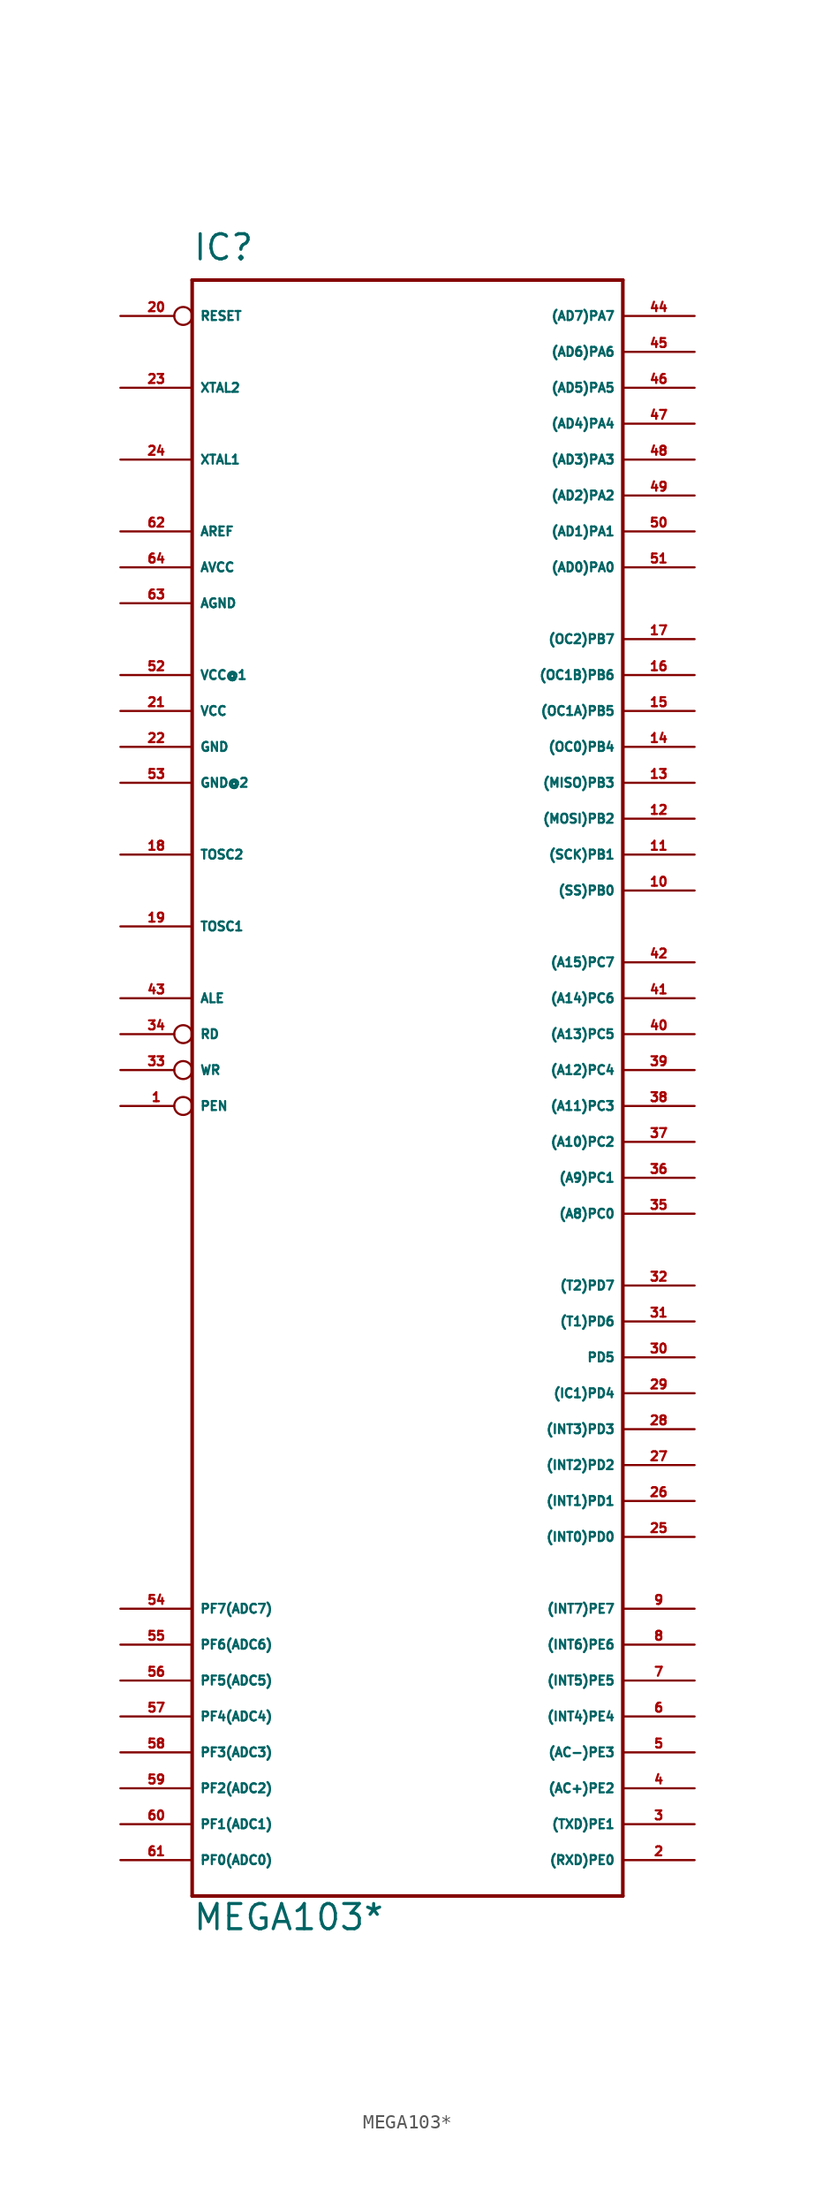
<source format=kicad_sym>
(kicad_symbol_lib
  (version 20220914)
  (generator Eagle2Kicad)
  (symbol "MEGA103*"
    (property "Reference" "IC"
      (at -15.24 54.61 0)
      (effects (font (size 1.778 1.778) (thickness 0.22)) (justify left bottom)))
    (property "Value" "MEGA103*"
      (at -15.24 -63.5 0)
      (effects (font (size 1.778 1.778) (thickness 0.22)) (justify left bottom)))
    (polyline
      (pts (xy -15.24 53.34) (xy 15.24 53.34))
      (stroke (width 0.254) (type default))
      (fill (type none)))
    (polyline
      (pts (xy 15.24 53.34) (xy 15.24 -60.96))
      (stroke (width 0.254) (type default))
      (fill (type none)))
    (polyline
      (pts (xy 15.24 -60.96) (xy -15.24 -60.96))
      (stroke (width 0.254) (type default))
      (fill (type none)))
    (polyline
      (pts (xy -15.24 -60.96) (xy -15.24 53.34))
      (stroke (width 0.254) (type default))
      (fill (type none)))
    (pin input line
      (at -20.32 -58.42 0)
      (length 5.08)
      (name "PF0(ADC0)" (effects (font (size 0.635 0.635) (thickness 0.08)) (justify left bottom)))
      (number "61" (effects (font (size 0.635 0.635) (thickness 0.08)) (justify left bottom))))
    (pin input line
      (at -20.32 -55.88 0)
      (length 5.08)
      (name "PF1(ADC1)" (effects (font (size 0.635 0.635) (thickness 0.08)) (justify left bottom)))
      (number "60" (effects (font (size 0.635 0.635) (thickness 0.08)) (justify left bottom))))
    (pin input line
      (at -20.32 -53.34 0)
      (length 5.08)
      (name "PF2(ADC2)" (effects (font (size 0.635 0.635) (thickness 0.08)) (justify left bottom)))
      (number "59" (effects (font (size 0.635 0.635) (thickness 0.08)) (justify left bottom))))
    (pin input line
      (at -20.32 -50.8 0)
      (length 5.08)
      (name "PF3(ADC3)" (effects (font (size 0.635 0.635) (thickness 0.08)) (justify left bottom)))
      (number "58" (effects (font (size 0.635 0.635) (thickness 0.08)) (justify left bottom))))
    (pin input line
      (at -20.32 -48.26 0)
      (length 5.08)
      (name "PF4(ADC4)" (effects (font (size 0.635 0.635) (thickness 0.08)) (justify left bottom)))
      (number "57" (effects (font (size 0.635 0.635) (thickness 0.08)) (justify left bottom))))
    (pin input line
      (at -20.32 -45.72 0)
      (length 5.08)
      (name "PF5(ADC5)" (effects (font (size 0.635 0.635) (thickness 0.08)) (justify left bottom)))
      (number "56" (effects (font (size 0.635 0.635) (thickness 0.08)) (justify left bottom))))
    (pin input line
      (at -20.32 -43.18 0)
      (length 5.08)
      (name "PF6(ADC6)" (effects (font (size 0.635 0.635) (thickness 0.08)) (justify left bottom)))
      (number "55" (effects (font (size 0.635 0.635) (thickness 0.08)) (justify left bottom))))
    (pin input line
      (at -20.32 -40.64 0)
      (length 5.08)
      (name "PF7(ADC7)" (effects (font (size 0.635 0.635) (thickness 0.08)) (justify left bottom)))
      (number "54" (effects (font (size 0.635 0.635) (thickness 0.08)) (justify left bottom))))
    (pin bidirectional line
      (at 20.32 -58.42 180)
      (length 5.08)
      (name "(RXD)PE0" (effects (font (size 0.635 0.635) (thickness 0.08)) (justify left bottom)))
      (number "2" (effects (font (size 0.635 0.635) (thickness 0.08)) (justify left bottom))))
    (pin bidirectional line
      (at 20.32 -55.88 180)
      (length 5.08)
      (name "(TXD)PE1" (effects (font (size 0.635 0.635) (thickness 0.08)) (justify left bottom)))
      (number "3" (effects (font (size 0.635 0.635) (thickness 0.08)) (justify left bottom))))
    (pin bidirectional line
      (at 20.32 -53.34 180)
      (length 5.08)
      (name "(AC+)PE2" (effects (font (size 0.635 0.635) (thickness 0.08)) (justify left bottom)))
      (number "4" (effects (font (size 0.635 0.635) (thickness 0.08)) (justify left bottom))))
    (pin bidirectional line
      (at 20.32 -50.8 180)
      (length 5.08)
      (name "(AC-)PE3" (effects (font (size 0.635 0.635) (thickness 0.08)) (justify left bottom)))
      (number "5" (effects (font (size 0.635 0.635) (thickness 0.08)) (justify left bottom))))
    (pin bidirectional line
      (at 20.32 -48.26 180)
      (length 5.08)
      (name "(INT4)PE4" (effects (font (size 0.635 0.635) (thickness 0.08)) (justify left bottom)))
      (number "6" (effects (font (size 0.635 0.635) (thickness 0.08)) (justify left bottom))))
    (pin bidirectional line
      (at 20.32 -45.72 180)
      (length 5.08)
      (name "(INT5)PE5" (effects (font (size 0.635 0.635) (thickness 0.08)) (justify left bottom)))
      (number "7" (effects (font (size 0.635 0.635) (thickness 0.08)) (justify left bottom))))
    (pin bidirectional line
      (at 20.32 -43.18 180)
      (length 5.08)
      (name "(INT6)PE6" (effects (font (size 0.635 0.635) (thickness 0.08)) (justify left bottom)))
      (number "8" (effects (font (size 0.635 0.635) (thickness 0.08)) (justify left bottom))))
    (pin bidirectional line
      (at 20.32 -40.64 180)
      (length 5.08)
      (name "(INT7)PE7" (effects (font (size 0.635 0.635) (thickness 0.08)) (justify left bottom)))
      (number "9" (effects (font (size 0.635 0.635) (thickness 0.08)) (justify left bottom))))
    (pin bidirectional line
      (at 20.32 -17.78 180)
      (length 5.08)
      (name "(T2)PD7" (effects (font (size 0.635 0.635) (thickness 0.08)) (justify left bottom)))
      (number "32" (effects (font (size 0.635 0.635) (thickness 0.08)) (justify left bottom))))
    (pin bidirectional line
      (at 20.32 -20.32 180)
      (length 5.08)
      (name "(T1)PD6" (effects (font (size 0.635 0.635) (thickness 0.08)) (justify left bottom)))
      (number "31" (effects (font (size 0.635 0.635) (thickness 0.08)) (justify left bottom))))
    (pin bidirectional line
      (at 20.32 -22.86 180)
      (length 5.08)
      (name "PD5" (effects (font (size 0.635 0.635) (thickness 0.08)) (justify left bottom)))
      (number "30" (effects (font (size 0.635 0.635) (thickness 0.08)) (justify left bottom))))
    (pin bidirectional line
      (at 20.32 -25.4 180)
      (length 5.08)
      (name "(IC1)PD4" (effects (font (size 0.635 0.635) (thickness 0.08)) (justify left bottom)))
      (number "29" (effects (font (size 0.635 0.635) (thickness 0.08)) (justify left bottom))))
    (pin bidirectional line
      (at 20.32 -27.94 180)
      (length 5.08)
      (name "(INT3)PD3" (effects (font (size 0.635 0.635) (thickness 0.08)) (justify left bottom)))
      (number "28" (effects (font (size 0.635 0.635) (thickness 0.08)) (justify left bottom))))
    (pin bidirectional line
      (at 20.32 -30.48 180)
      (length 5.08)
      (name "(INT2)PD2" (effects (font (size 0.635 0.635) (thickness 0.08)) (justify left bottom)))
      (number "27" (effects (font (size 0.635 0.635) (thickness 0.08)) (justify left bottom))))
    (pin bidirectional line
      (at 20.32 -33.02 180)
      (length 5.08)
      (name "(INT1)PD1" (effects (font (size 0.635 0.635) (thickness 0.08)) (justify left bottom)))
      (number "26" (effects (font (size 0.635 0.635) (thickness 0.08)) (justify left bottom))))
    (pin bidirectional line
      (at 20.32 -35.56 180)
      (length 5.08)
      (name "(INT0)PD0" (effects (font (size 0.635 0.635) (thickness 0.08)) (justify left bottom)))
      (number "25" (effects (font (size 0.635 0.635) (thickness 0.08)) (justify left bottom))))
    (pin output line
      (at 20.32 5.08 180)
      (length 5.08)
      (name "(A15)PC7" (effects (font (size 0.635 0.635) (thickness 0.08)) (justify left bottom)))
      (number "42" (effects (font (size 0.635 0.635) (thickness 0.08)) (justify left bottom))))
    (pin output line
      (at 20.32 2.54 180)
      (length 5.08)
      (name "(A14)PC6" (effects (font (size 0.635 0.635) (thickness 0.08)) (justify left bottom)))
      (number "41" (effects (font (size 0.635 0.635) (thickness 0.08)) (justify left bottom))))
    (pin output line
      (at 20.32 0 180)
      (length 5.08)
      (name "(A13)PC5" (effects (font (size 0.635 0.635) (thickness 0.08)) (justify left bottom)))
      (number "40" (effects (font (size 0.635 0.635) (thickness 0.08)) (justify left bottom))))
    (pin output line
      (at 20.32 -2.54 180)
      (length 5.08)
      (name "(A12)PC4" (effects (font (size 0.635 0.635) (thickness 0.08)) (justify left bottom)))
      (number "39" (effects (font (size 0.635 0.635) (thickness 0.08)) (justify left bottom))))
    (pin output line
      (at 20.32 -5.08 180)
      (length 5.08)
      (name "(A11)PC3" (effects (font (size 0.635 0.635) (thickness 0.08)) (justify left bottom)))
      (number "38" (effects (font (size 0.635 0.635) (thickness 0.08)) (justify left bottom))))
    (pin output line
      (at 20.32 -7.62 180)
      (length 5.08)
      (name "(A10)PC2" (effects (font (size 0.635 0.635) (thickness 0.08)) (justify left bottom)))
      (number "37" (effects (font (size 0.635 0.635) (thickness 0.08)) (justify left bottom))))
    (pin output line
      (at 20.32 -10.16 180)
      (length 5.08)
      (name "(A9)PC1" (effects (font (size 0.635 0.635) (thickness 0.08)) (justify left bottom)))
      (number "36" (effects (font (size 0.635 0.635) (thickness 0.08)) (justify left bottom))))
    (pin output line
      (at 20.32 -12.7 180)
      (length 5.08)
      (name "(A8)PC0" (effects (font (size 0.635 0.635) (thickness 0.08)) (justify left bottom)))
      (number "35" (effects (font (size 0.635 0.635) (thickness 0.08)) (justify left bottom))))
    (pin bidirectional line
      (at 20.32 27.94 180)
      (length 5.08)
      (name "(OC2)PB7" (effects (font (size 0.635 0.635) (thickness 0.08)) (justify left bottom)))
      (number "17" (effects (font (size 0.635 0.635) (thickness 0.08)) (justify left bottom))))
    (pin bidirectional line
      (at 20.32 25.4 180)
      (length 5.08)
      (name "(OC1B)PB6" (effects (font (size 0.635 0.635) (thickness 0.08)) (justify left bottom)))
      (number "16" (effects (font (size 0.635 0.635) (thickness 0.08)) (justify left bottom))))
    (pin bidirectional line
      (at 20.32 22.86 180)
      (length 5.08)
      (name "(OC1A)PB5" (effects (font (size 0.635 0.635) (thickness 0.08)) (justify left bottom)))
      (number "15" (effects (font (size 0.635 0.635) (thickness 0.08)) (justify left bottom))))
    (pin bidirectional line
      (at 20.32 20.32 180)
      (length 5.08)
      (name "(OC0)PB4" (effects (font (size 0.635 0.635) (thickness 0.08)) (justify left bottom)))
      (number "14" (effects (font (size 0.635 0.635) (thickness 0.08)) (justify left bottom))))
    (pin bidirectional line
      (at 20.32 17.78 180)
      (length 5.08)
      (name "(MISO)PB3" (effects (font (size 0.635 0.635) (thickness 0.08)) (justify left bottom)))
      (number "13" (effects (font (size 0.635 0.635) (thickness 0.08)) (justify left bottom))))
    (pin bidirectional line
      (at 20.32 15.24 180)
      (length 5.08)
      (name "(MOSI)PB2" (effects (font (size 0.635 0.635) (thickness 0.08)) (justify left bottom)))
      (number "12" (effects (font (size 0.635 0.635) (thickness 0.08)) (justify left bottom))))
    (pin bidirectional line
      (at 20.32 12.7 180)
      (length 5.08)
      (name "(SCK)PB1" (effects (font (size 0.635 0.635) (thickness 0.08)) (justify left bottom)))
      (number "11" (effects (font (size 0.635 0.635) (thickness 0.08)) (justify left bottom))))
    (pin bidirectional line
      (at 20.32 10.16 180)
      (length 5.08)
      (name "(SS)PB0" (effects (font (size 0.635 0.635) (thickness 0.08)) (justify left bottom)))
      (number "10" (effects (font (size 0.635 0.635) (thickness 0.08)) (justify left bottom))))
    (pin bidirectional line
      (at 20.32 48.26 180)
      (length 5.08)
      (name "(AD6)PA6" (effects (font (size 0.635 0.635) (thickness 0.08)) (justify left bottom)))
      (number "45" (effects (font (size 0.635 0.635) (thickness 0.08)) (justify left bottom))))
    (pin bidirectional line
      (at 20.32 50.8 180)
      (length 5.08)
      (name "(AD7)PA7" (effects (font (size 0.635 0.635) (thickness 0.08)) (justify left bottom)))
      (number "44" (effects (font (size 0.635 0.635) (thickness 0.08)) (justify left bottom))))
    (pin bidirectional line
      (at 20.32 45.72 180)
      (length 5.08)
      (name "(AD5)PA5" (effects (font (size 0.635 0.635) (thickness 0.08)) (justify left bottom)))
      (number "46" (effects (font (size 0.635 0.635) (thickness 0.08)) (justify left bottom))))
    (pin bidirectional line
      (at 20.32 43.18 180)
      (length 5.08)
      (name "(AD4)PA4" (effects (font (size 0.635 0.635) (thickness 0.08)) (justify left bottom)))
      (number "47" (effects (font (size 0.635 0.635) (thickness 0.08)) (justify left bottom))))
    (pin bidirectional line
      (at 20.32 40.64 180)
      (length 5.08)
      (name "(AD3)PA3" (effects (font (size 0.635 0.635) (thickness 0.08)) (justify left bottom)))
      (number "48" (effects (font (size 0.635 0.635) (thickness 0.08)) (justify left bottom))))
    (pin bidirectional line
      (at 20.32 38.1 180)
      (length 5.08)
      (name "(AD2)PA2" (effects (font (size 0.635 0.635) (thickness 0.08)) (justify left bottom)))
      (number "49" (effects (font (size 0.635 0.635) (thickness 0.08)) (justify left bottom))))
    (pin bidirectional line
      (at 20.32 35.56 180)
      (length 5.08)
      (name "(AD1)PA1" (effects (font (size 0.635 0.635) (thickness 0.08)) (justify left bottom)))
      (number "50" (effects (font (size 0.635 0.635) (thickness 0.08)) (justify left bottom))))
    (pin bidirectional line
      (at 20.32 33.02 180)
      (length 5.08)
      (name "(AD0)PA0" (effects (font (size 0.635 0.635) (thickness 0.08)) (justify left bottom)))
      (number "51" (effects (font (size 0.635 0.635) (thickness 0.08)) (justify left bottom))))
    (pin unspecified line
      (at -20.32 33.02 0)
      (length 5.08)
      (name "AVCC" (effects (font (size 0.635 0.635) (thickness 0.08)) (justify left bottom)))
      (number "64" (effects (font (size 0.635 0.635) (thickness 0.08)) (justify left bottom))))
    (pin unspecified line
      (at -20.32 30.48 0)
      (length 5.08)
      (name "AGND" (effects (font (size 0.635 0.635) (thickness 0.08)) (justify left bottom)))
      (number "63" (effects (font (size 0.635 0.635) (thickness 0.08)) (justify left bottom))))
    (pin passive line
      (at -20.32 35.56 0)
      (length 5.08)
      (name "AREF" (effects (font (size 0.635 0.635) (thickness 0.08)) (justify left bottom)))
      (number "62" (effects (font (size 0.635 0.635) (thickness 0.08)) (justify left bottom))))
    (pin bidirectional line
      (at -20.32 40.64 0)
      (length 5.08)
      (name "XTAL1" (effects (font (size 0.635 0.635) (thickness 0.08)) (justify left bottom)))
      (number "24" (effects (font (size 0.635 0.635) (thickness 0.08)) (justify left bottom))))
    (pin bidirectional line
      (at -20.32 45.72 0)
      (length 5.08)
      (name "XTAL2" (effects (font (size 0.635 0.635) (thickness 0.08)) (justify left bottom)))
      (number "23" (effects (font (size 0.635 0.635) (thickness 0.08)) (justify left bottom))))
    (pin unspecified line
      (at -20.32 25.4 0)
      (length 5.08)
      (name "VCC@1" (effects (font (size 0.635 0.635) (thickness 0.08)) (justify left bottom)))
      (number "52" (effects (font (size 0.635 0.635) (thickness 0.08)) (justify left bottom))))
    (pin unspecified line
      (at -20.32 22.86 0)
      (length 5.08)
      (name "VCC" (effects (font (size 0.635 0.635) (thickness 0.08)) (justify left bottom)))
      (number "21" (effects (font (size 0.635 0.635) (thickness 0.08)) (justify left bottom))))
    (pin unspecified line
      (at -20.32 17.78 0)
      (length 5.08)
      (name "GND@2" (effects (font (size 0.635 0.635) (thickness 0.08)) (justify left bottom)))
      (number "53" (effects (font (size 0.635 0.635) (thickness 0.08)) (justify left bottom))))
    (pin unspecified line
      (at -20.32 20.32 0)
      (length 5.08)
      (name "GND" (effects (font (size 0.635 0.635) (thickness 0.08)) (justify left bottom)))
      (number "22" (effects (font (size 0.635 0.635) (thickness 0.08)) (justify left bottom))))
    (pin bidirectional line
      (at -20.32 12.7 0)
      (length 5.08)
      (name "TOSC2" (effects (font (size 0.635 0.635) (thickness 0.08)) (justify left bottom)))
      (number "18" (effects (font (size 0.635 0.635) (thickness 0.08)) (justify left bottom))))
    (pin bidirectional line
      (at -20.32 7.62 0)
      (length 5.08)
      (name "TOSC1" (effects (font (size 0.635 0.635) (thickness 0.08)) (justify left bottom)))
      (number "19" (effects (font (size 0.635 0.635) (thickness 0.08)) (justify left bottom))))
    (pin bidirectional inverted
      (at -20.32 -2.54 0)
      (length 5.08)
      (name "WR" (effects (font (size 0.635 0.635) (thickness 0.08)) (justify left bottom)))
      (number "33" (effects (font (size 0.635 0.635) (thickness 0.08)) (justify left bottom))))
    (pin bidirectional inverted
      (at -20.32 0 0)
      (length 5.08)
      (name "RD" (effects (font (size 0.635 0.635) (thickness 0.08)) (justify left bottom)))
      (number "34" (effects (font (size 0.635 0.635) (thickness 0.08)) (justify left bottom))))
    (pin bidirectional line
      (at -20.32 2.54 0)
      (length 5.08)
      (name "ALE" (effects (font (size 0.635 0.635) (thickness 0.08)) (justify left bottom)))
      (number "43" (effects (font (size 0.635 0.635) (thickness 0.08)) (justify left bottom))))
    (pin input inverted
      (at -20.32 50.8 0)
      (length 5.08)
      (name "RESET" (effects (font (size 0.635 0.635) (thickness 0.08)) (justify left bottom)))
      (number "20" (effects (font (size 0.635 0.635) (thickness 0.08)) (justify left bottom))))
    (pin input inverted
      (at -20.32 -5.08 0)
      (length 5.08)
      (name "PEN" (effects (font (size 0.635 0.635) (thickness 0.08)) (justify left bottom)))
      (number "1" (effects (font (size 0.635 0.635) (thickness 0.08)) (justify left bottom))))))
</source>
